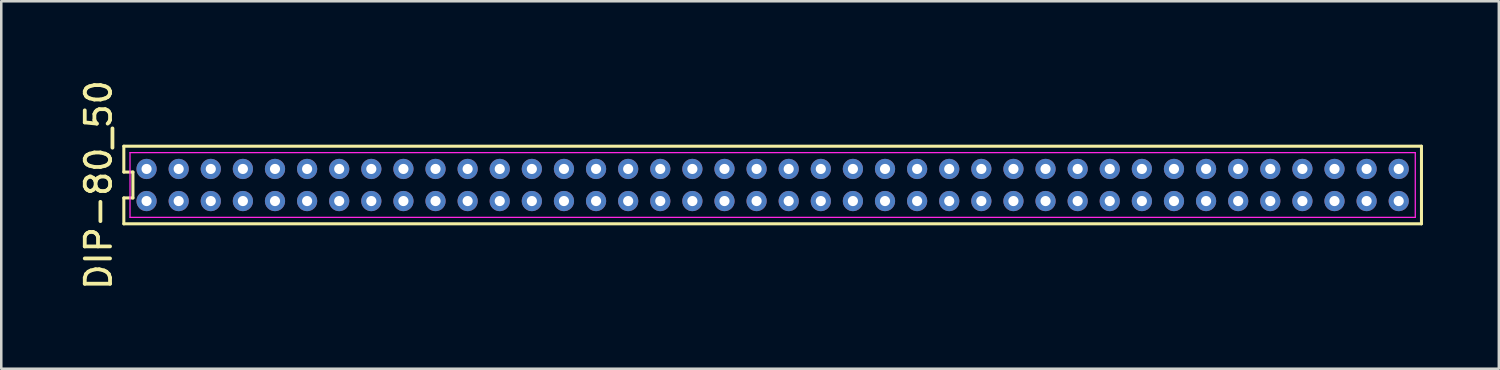
<source format=kicad_pcb>
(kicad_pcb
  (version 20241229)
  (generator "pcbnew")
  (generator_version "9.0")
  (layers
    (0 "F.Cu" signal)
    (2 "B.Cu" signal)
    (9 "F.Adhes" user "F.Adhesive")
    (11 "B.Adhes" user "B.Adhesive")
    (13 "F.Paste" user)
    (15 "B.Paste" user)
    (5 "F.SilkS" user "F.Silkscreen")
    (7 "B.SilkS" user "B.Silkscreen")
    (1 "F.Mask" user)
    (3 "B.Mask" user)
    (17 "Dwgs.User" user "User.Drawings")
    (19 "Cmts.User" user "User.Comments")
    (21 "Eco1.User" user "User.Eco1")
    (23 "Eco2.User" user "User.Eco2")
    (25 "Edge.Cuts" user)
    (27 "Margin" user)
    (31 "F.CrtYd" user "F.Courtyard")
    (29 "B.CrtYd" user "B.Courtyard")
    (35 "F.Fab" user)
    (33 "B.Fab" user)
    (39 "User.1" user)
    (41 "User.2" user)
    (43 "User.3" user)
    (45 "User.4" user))
  (footprint "DIP-80_50"
    (layer "F.Cu")
    (at 27.513 4.268)
    (property "Reference" "DIP-80_50" (at -26.665 0 90) (layer "F.SilkS") (effects (font (size 1 1) (thickness 0.15))))
    (fp_line (start -25.665 -1.535) (end -25.665 -0.512) (stroke (width 0.12) (type solid)) (layer "F.SilkS"))
    (fp_line (start -25.665 -0.512) (end -25.305 -0.512) (stroke (width 0.12) (type solid)) (layer "F.SilkS"))
    (fp_line (start -25.665 0.512) (end -25.665 1.535) (stroke (width 0.12) (type solid)) (layer "F.SilkS"))
    (fp_line (start -25.665 1.535) (end 25.665 1.535) (stroke (width 0.12) (type solid)) (layer "F.SilkS"))
    (fp_line (start -25.305 -0.512) (end -25.305 0.512) (stroke (width 0.12) (type solid)) (layer "F.SilkS"))
    (fp_line (start -25.305 0.512) (end -25.665 0.512) (stroke (width 0.12) (type solid)) (layer "F.SilkS"))
    (fp_line (start 25.665 -1.535) (end -25.665 -1.535) (stroke (width 0.12) (type solid)) (layer "F.SilkS"))
    (fp_line (start 25.665 1.535) (end 25.665 -1.535) (stroke (width 0.12) (type solid)) (layer "F.SilkS"))
    (fp_line (start -25.42 -1.28) (end 25.42 -1.28) (stroke (width 0.05) (type solid)) (layer "F.CrtYd"))
    (fp_line (start -25.42 1.28) (end -25.42 -1.28) (stroke (width 0.05) (type solid)) (layer "F.CrtYd"))
    (fp_line (start 25.42 -1.28) (end 25.42 1.28) (stroke (width 0.05) (type solid)) (layer "F.CrtYd"))
    (fp_line (start 25.42 1.28) (end -25.42 1.28) (stroke (width 0.05) (type solid)) (layer "F.CrtYd"))
    (pad "1" thru_hole circle (at -24.765 0.635) (size 0.8 0.8) (drill 0.4) (layers "*.Cu" "*.Mask"))
    (pad "2" thru_hole circle (at -23.495 0.635) (size 0.8 0.8) (drill 0.4) (layers "*.Cu" "*.Mask"))
    (pad "3" thru_hole circle (at -22.225 0.635) (size 0.8 0.8) (drill 0.4) (layers "*.Cu" "*.Mask"))
    (pad "4" thru_hole circle (at -20.955 0.635) (size 0.8 0.8) (drill 0.4) (layers "*.Cu" "*.Mask"))
    (pad "5" thru_hole circle (at -19.685 0.635) (size 0.8 0.8) (drill 0.4) (layers "*.Cu" "*.Mask"))
    (pad "6" thru_hole circle (at -18.415 0.635) (size 0.8 0.8) (drill 0.4) (layers "*.Cu" "*.Mask"))
    (pad "7" thru_hole circle (at -17.145 0.635) (size 0.8 0.8) (drill 0.4) (layers "*.Cu" "*.Mask"))
    (pad "8" thru_hole circle (at -15.875 0.635) (size 0.8 0.8) (drill 0.4) (layers "*.Cu" "*.Mask"))
    (pad "9" thru_hole circle (at -14.605 0.635) (size 0.8 0.8) (drill 0.4) (layers "*.Cu" "*.Mask"))
    (pad "10" thru_hole circle (at -13.335 0.635) (size 0.8 0.8) (drill 0.4) (layers "*.Cu" "*.Mask"))
    (pad "11" thru_hole circle (at -12.065 0.635) (size 0.8 0.8) (drill 0.4) (layers "*.Cu" "*.Mask"))
    (pad "12" thru_hole circle (at -10.795 0.635) (size 0.8 0.8) (drill 0.4) (layers "*.Cu" "*.Mask"))
    (pad "13" thru_hole circle (at -9.525 0.635) (size 0.8 0.8) (drill 0.4) (layers "*.Cu" "*.Mask"))
    (pad "14" thru_hole circle (at -8.255 0.635) (size 0.8 0.8) (drill 0.4) (layers "*.Cu" "*.Mask"))
    (pad "15" thru_hole circle (at -6.985 0.635) (size 0.8 0.8) (drill 0.4) (layers "*.Cu" "*.Mask"))
    (pad "16" thru_hole circle (at -5.715 0.635) (size 0.8 0.8) (drill 0.4) (layers "*.Cu" "*.Mask"))
    (pad "17" thru_hole circle (at -4.445 0.635) (size 0.8 0.8) (drill 0.4) (layers "*.Cu" "*.Mask"))
    (pad "18" thru_hole circle (at -3.175 0.635) (size 0.8 0.8) (drill 0.4) (layers "*.Cu" "*.Mask"))
    (pad "19" thru_hole circle (at -1.905 0.635) (size 0.8 0.8) (drill 0.4) (layers "*.Cu" "*.Mask"))
    (pad "20" thru_hole circle (at -0.635 0.635) (size 0.8 0.8) (drill 0.4) (layers "*.Cu" "*.Mask"))
    (pad "21" thru_hole circle (at 0.635 0.635) (size 0.8 0.8) (drill 0.4) (layers "*.Cu" "*.Mask"))
    (pad "22" thru_hole circle (at 1.905 0.635) (size 0.8 0.8) (drill 0.4) (layers "*.Cu" "*.Mask"))
    (pad "23" thru_hole circle (at 3.175 0.635) (size 0.8 0.8) (drill 0.4) (layers "*.Cu" "*.Mask"))
    (pad "24" thru_hole circle (at 4.445 0.635) (size 0.8 0.8) (drill 0.4) (layers "*.Cu" "*.Mask"))
    (pad "25" thru_hole circle (at 5.715 0.635) (size 0.8 0.8) (drill 0.4) (layers "*.Cu" "*.Mask"))
    (pad "26" thru_hole circle (at 6.985 0.635) (size 0.8 0.8) (drill 0.4) (layers "*.Cu" "*.Mask"))
    (pad "27" thru_hole circle (at 8.255 0.635) (size 0.8 0.8) (drill 0.4) (layers "*.Cu" "*.Mask"))
    (pad "28" thru_hole circle (at 9.525 0.635) (size 0.8 0.8) (drill 0.4) (layers "*.Cu" "*.Mask"))
    (pad "29" thru_hole circle (at 10.795 0.635) (size 0.8 0.8) (drill 0.4) (layers "*.Cu" "*.Mask"))
    (pad "30" thru_hole circle (at 12.065 0.635) (size 0.8 0.8) (drill 0.4) (layers "*.Cu" "*.Mask"))
    (pad "31" thru_hole circle (at 13.335 0.635) (size 0.8 0.8) (drill 0.4) (layers "*.Cu" "*.Mask"))
    (pad "32" thru_hole circle (at 14.605 0.635) (size 0.8 0.8) (drill 0.4) (layers "*.Cu" "*.Mask"))
    (pad "33" thru_hole circle (at 15.875 0.635) (size 0.8 0.8) (drill 0.4) (layers "*.Cu" "*.Mask"))
    (pad "34" thru_hole circle (at 17.145 0.635) (size 0.8 0.8) (drill 0.4) (layers "*.Cu" "*.Mask"))
    (pad "35" thru_hole circle (at 18.415 0.635) (size 0.8 0.8) (drill 0.4) (layers "*.Cu" "*.Mask"))
    (pad "36" thru_hole circle (at 19.685 0.635) (size 0.8 0.8) (drill 0.4) (layers "*.Cu" "*.Mask"))
    (pad "37" thru_hole circle (at 20.955 0.635) (size 0.8 0.8) (drill 0.4) (layers "*.Cu" "*.Mask"))
    (pad "38" thru_hole circle (at 22.225 0.635) (size 0.8 0.8) (drill 0.4) (layers "*.Cu" "*.Mask"))
    (pad "39" thru_hole circle (at 23.495 0.635) (size 0.8 0.8) (drill 0.4) (layers "*.Cu" "*.Mask"))
    (pad "40" thru_hole circle (at 24.765 0.635) (size 0.8 0.8) (drill 0.4) (layers "*.Cu" "*.Mask"))
    (pad "41" thru_hole circle (at 24.765 -0.635) (size 0.8 0.8) (drill 0.4) (layers "*.Cu" "*.Mask"))
    (pad "42" thru_hole circle (at 23.495 -0.635) (size 0.8 0.8) (drill 0.4) (layers "*.Cu" "*.Mask"))
    (pad "43" thru_hole circle (at 22.225 -0.635) (size 0.8 0.8) (drill 0.4) (layers "*.Cu" "*.Mask"))
    (pad "44" thru_hole circle (at 20.955 -0.635) (size 0.8 0.8) (drill 0.4) (layers "*.Cu" "*.Mask"))
    (pad "45" thru_hole circle (at 19.685 -0.635) (size 0.8 0.8) (drill 0.4) (layers "*.Cu" "*.Mask"))
    (pad "46" thru_hole circle (at 18.415 -0.635) (size 0.8 0.8) (drill 0.4) (layers "*.Cu" "*.Mask"))
    (pad "47" thru_hole circle (at 17.145 -0.635) (size 0.8 0.8) (drill 0.4) (layers "*.Cu" "*.Mask"))
    (pad "48" thru_hole circle (at 15.875 -0.635) (size 0.8 0.8) (drill 0.4) (layers "*.Cu" "*.Mask"))
    (pad "49" thru_hole circle (at 14.605 -0.635) (size 0.8 0.8) (drill 0.4) (layers "*.Cu" "*.Mask"))
    (pad "50" thru_hole circle (at 13.335 -0.635) (size 0.8 0.8) (drill 0.4) (layers "*.Cu" "*.Mask"))
    (pad "51" thru_hole circle (at 12.065 -0.635) (size 0.8 0.8) (drill 0.4) (layers "*.Cu" "*.Mask"))
    (pad "52" thru_hole circle (at 10.795 -0.635) (size 0.8 0.8) (drill 0.4) (layers "*.Cu" "*.Mask"))
    (pad "53" thru_hole circle (at 9.525 -0.635) (size 0.8 0.8) (drill 0.4) (layers "*.Cu" "*.Mask"))
    (pad "54" thru_hole circle (at 8.255 -0.635) (size 0.8 0.8) (drill 0.4) (layers "*.Cu" "*.Mask"))
    (pad "55" thru_hole circle (at 6.985 -0.635) (size 0.8 0.8) (drill 0.4) (layers "*.Cu" "*.Mask"))
    (pad "56" thru_hole circle (at 5.715 -0.635) (size 0.8 0.8) (drill 0.4) (layers "*.Cu" "*.Mask"))
    (pad "57" thru_hole circle (at 4.445 -0.635) (size 0.8 0.8) (drill 0.4) (layers "*.Cu" "*.Mask"))
    (pad "58" thru_hole circle (at 3.175 -0.635) (size 0.8 0.8) (drill 0.4) (layers "*.Cu" "*.Mask"))
    (pad "59" thru_hole circle (at 1.905 -0.635) (size 0.8 0.8) (drill 0.4) (layers "*.Cu" "*.Mask"))
    (pad "60" thru_hole circle (at 0.635 -0.635) (size 0.8 0.8) (drill 0.4) (layers "*.Cu" "*.Mask"))
    (pad "61" thru_hole circle (at -0.635 -0.635) (size 0.8 0.8) (drill 0.4) (layers "*.Cu" "*.Mask"))
    (pad "62" thru_hole circle (at -1.905 -0.635) (size 0.8 0.8) (drill 0.4) (layers "*.Cu" "*.Mask"))
    (pad "63" thru_hole circle (at -3.175 -0.635) (size 0.8 0.8) (drill 0.4) (layers "*.Cu" "*.Mask"))
    (pad "64" thru_hole circle (at -4.445 -0.635) (size 0.8 0.8) (drill 0.4) (layers "*.Cu" "*.Mask"))
    (pad "65" thru_hole circle (at -5.715 -0.635) (size 0.8 0.8) (drill 0.4) (layers "*.Cu" "*.Mask"))
    (pad "66" thru_hole circle (at -6.985 -0.635) (size 0.8 0.8) (drill 0.4) (layers "*.Cu" "*.Mask"))
    (pad "67" thru_hole circle (at -8.255 -0.635) (size 0.8 0.8) (drill 0.4) (layers "*.Cu" "*.Mask"))
    (pad "68" thru_hole circle (at -9.525 -0.635) (size 0.8 0.8) (drill 0.4) (layers "*.Cu" "*.Mask"))
    (pad "69" thru_hole circle (at -10.795 -0.635) (size 0.8 0.8) (drill 0.4) (layers "*.Cu" "*.Mask"))
    (pad "70" thru_hole circle (at -12.065 -0.635) (size 0.8 0.8) (drill 0.4) (layers "*.Cu" "*.Mask"))
    (pad "71" thru_hole circle (at -13.335 -0.635) (size 0.8 0.8) (drill 0.4) (layers "*.Cu" "*.Mask"))
    (pad "72" thru_hole circle (at -14.605 -0.635) (size 0.8 0.8) (drill 0.4) (layers "*.Cu" "*.Mask"))
    (pad "73" thru_hole circle (at -15.875 -0.635) (size 0.8 0.8) (drill 0.4) (layers "*.Cu" "*.Mask"))
    (pad "74" thru_hole circle (at -17.145 -0.635) (size 0.8 0.8) (drill 0.4) (layers "*.Cu" "*.Mask"))
    (pad "75" thru_hole circle (at -18.415 -0.635) (size 0.8 0.8) (drill 0.4) (layers "*.Cu" "*.Mask"))
    (pad "76" thru_hole circle (at -19.685 -0.635) (size 0.8 0.8) (drill 0.4) (layers "*.Cu" "*.Mask"))
    (pad "77" thru_hole circle (at -20.955 -0.635) (size 0.8 0.8) (drill 0.4) (layers "*.Cu" "*.Mask"))
    (pad "78" thru_hole circle (at -22.225 -0.635) (size 0.8 0.8) (drill 0.4) (layers "*.Cu" "*.Mask"))
    (pad "79" thru_hole circle (at -23.495 -0.635) (size 0.8 0.8) (drill 0.4) (layers "*.Cu" "*.Mask"))
    (pad "80" thru_hole circle (at -24.765 -0.635) (size 0.8 0.8) (drill 0.4) (layers "*.Cu" "*.Mask")))
  (gr_rect
    (start -3 -3)
    (end 56.238 11.536)
    (stroke (width 0.1) (type default))
    (fill no)
    (layer "Edge.Cuts")))
</source>
